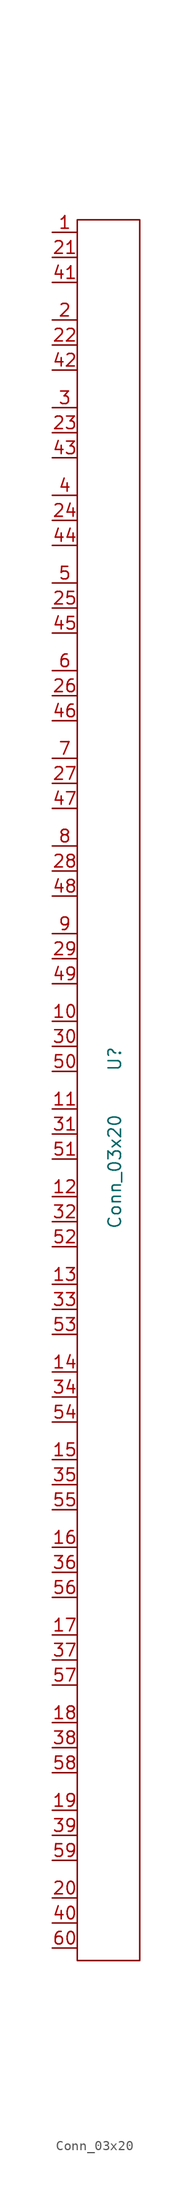
<source format=kicad_sym>
(kicad_symbol_lib
  (version 20211014)
  (generator kicad_symbol_editor)
  (symbol "Conn_03x20"
    (property "Reference" "U"
      (at 2.54 2.54 90)
      (effects (font (size 1.27 1.27))))
    (property "Value" "Conn_03x20"
      (at 2.54 -8.89 90)
      (effects (font (size 1.27 1.27))))
    (symbol "Conn_03x20_0_1"
      (rectangle (start -1.27 87.63) (end 5.08 -88.9) (stroke (width 0.152) (type default) (color 0 0 0 0)) (fill (type none))))
    (symbol "Conn_03x20_1_1"
      (pin passive line (at -3.81 86.36 0) (length 2.54) (name "" (effects (font (size 1.27 1.27)))) (number "1" (effects (font (size 1.27 1.27)))))
      (pin passive line (at -3.81 6.35 0) (length 2.54) (name "" (effects (font (size 1.27 1.27)))) (number "10" (effects (font (size 1.27 1.27)))))
      (pin passive line (at -3.81 -2.54 0) (length 2.54) (name "" (effects (font (size 1.27 1.27)))) (number "11" (effects (font (size 1.27 1.27)))))
      (pin passive line (at -3.81 -11.43 0) (length 2.54) (name "" (effects (font (size 1.27 1.27)))) (number "12" (effects (font (size 1.27 1.27)))))
      (pin passive line (at -3.81 -20.32 0) (length 2.54) (name "" (effects (font (size 1.27 1.27)))) (number "13" (effects (font (size 1.27 1.27)))))
      (pin passive line (at -3.81 -29.21 0) (length 2.54) (name "" (effects (font (size 1.27 1.27)))) (number "14" (effects (font (size 1.27 1.27)))))
      (pin passive line (at -3.81 -38.1 0) (length 2.54) (name "" (effects (font (size 1.27 1.27)))) (number "15" (effects (font (size 1.27 1.27)))))
      (pin passive line (at -3.81 -46.99 0) (length 2.54) (name "" (effects (font (size 1.27 1.27)))) (number "16" (effects (font (size 1.27 1.27)))))
      (pin passive line (at -3.81 -55.88 0) (length 2.54) (name "" (effects (font (size 1.27 1.27)))) (number "17" (effects (font (size 1.27 1.27)))))
      (pin passive line (at -3.81 -64.77 0) (length 2.54) (name "" (effects (font (size 1.27 1.27)))) (number "18" (effects (font (size 1.27 1.27)))))
      (pin passive line (at -3.81 -73.66 0) (length 2.54) (name "" (effects (font (size 1.27 1.27)))) (number "19" (effects (font (size 1.27 1.27)))))
      (pin passive line (at -3.81 77.47 0) (length 2.54) (name "" (effects (font (size 1.27 1.27)))) (number "2" (effects (font (size 1.27 1.27)))))
      (pin passive line (at -3.81 -82.55 0) (length 2.54) (name "" (effects (font (size 1.27 1.27)))) (number "20" (effects (font (size 1.27 1.27)))))
      (pin passive line (at -3.81 83.82 0) (length 2.54) (name "" (effects (font (size 1.27 1.27)))) (number "21" (effects (font (size 1.27 1.27)))))
      (pin passive line (at -3.81 74.93 0) (length 2.54) (name "" (effects (font (size 1.27 1.27)))) (number "22" (effects (font (size 1.27 1.27)))))
      (pin passive line (at -3.81 66.04 0) (length 2.54) (name "" (effects (font (size 1.27 1.27)))) (number "23" (effects (font (size 1.27 1.27)))))
      (pin passive line (at -3.81 57.15 0) (length 2.54) (name "" (effects (font (size 1.27 1.27)))) (number "24" (effects (font (size 1.27 1.27)))))
      (pin passive line (at -3.81 48.26 0) (length 2.54) (name "" (effects (font (size 1.27 1.27)))) (number "25" (effects (font (size 1.27 1.27)))))
      (pin passive line (at -3.81 39.37 0) (length 2.54) (name "" (effects (font (size 1.27 1.27)))) (number "26" (effects (font (size 1.27 1.27)))))
      (pin passive line (at -3.81 30.48 0) (length 2.54) (name "" (effects (font (size 1.27 1.27)))) (number "27" (effects (font (size 1.27 1.27)))))
      (pin passive line (at -3.81 21.59 0) (length 2.54) (name "" (effects (font (size 1.27 1.27)))) (number "28" (effects (font (size 1.27 1.27)))))
      (pin passive line (at -3.81 12.7 0) (length 2.54) (name "" (effects (font (size 1.27 1.27)))) (number "29" (effects (font (size 1.27 1.27)))))
      (pin passive line (at -3.81 68.58 0) (length 2.54) (name "" (effects (font (size 1.27 1.27)))) (number "3" (effects (font (size 1.27 1.27)))))
      (pin passive line (at -3.81 3.81 0) (length 2.54) (name "" (effects (font (size 1.27 1.27)))) (number "30" (effects (font (size 1.27 1.27)))))
      (pin passive line (at -3.81 -5.08 0) (length 2.54) (name "" (effects (font (size 1.27 1.27)))) (number "31" (effects (font (size 1.27 1.27)))))
      (pin passive line (at -3.81 -13.97 0) (length 2.54) (name "" (effects (font (size 1.27 1.27)))) (number "32" (effects (font (size 1.27 1.27)))))
      (pin passive line (at -3.81 -22.86 0) (length 2.54) (name "" (effects (font (size 1.27 1.27)))) (number "33" (effects (font (size 1.27 1.27)))))
      (pin passive line (at -3.81 -31.75 0) (length 2.54) (name "" (effects (font (size 1.27 1.27)))) (number "34" (effects (font (size 1.27 1.27)))))
      (pin passive line (at -3.81 -40.64 0) (length 2.54) (name "" (effects (font (size 1.27 1.27)))) (number "35" (effects (font (size 1.27 1.27)))))
      (pin passive line (at -3.81 -49.53 0) (length 2.54) (name "" (effects (font (size 1.27 1.27)))) (number "36" (effects (font (size 1.27 1.27)))))
      (pin passive line (at -3.81 -58.42 0) (length 2.54) (name "" (effects (font (size 1.27 1.27)))) (number "37" (effects (font (size 1.27 1.27)))))
      (pin passive line (at -3.81 -67.31 0) (length 2.54) (name "" (effects (font (size 1.27 1.27)))) (number "38" (effects (font (size 1.27 1.27)))))
      (pin passive line (at -3.81 -76.2 0) (length 2.54) (name "" (effects (font (size 1.27 1.27)))) (number "39" (effects (font (size 1.27 1.27)))))
      (pin passive line (at -3.81 59.69 0) (length 2.54) (name "" (effects (font (size 1.27 1.27)))) (number "4" (effects (font (size 1.27 1.27)))))
      (pin passive line (at -3.81 -85.09 0) (length 2.54) (name "" (effects (font (size 1.27 1.27)))) (number "40" (effects (font (size 1.27 1.27)))))
      (pin passive line (at -3.81 81.28 0) (length 2.54) (name "" (effects (font (size 1.27 1.27)))) (number "41" (effects (font (size 1.27 1.27)))))
      (pin passive line (at -3.81 72.39 0) (length 2.54) (name "" (effects (font (size 1.27 1.27)))) (number "42" (effects (font (size 1.27 1.27)))))
      (pin passive line (at -3.81 63.5 0) (length 2.54) (name "" (effects (font (size 1.27 1.27)))) (number "43" (effects (font (size 1.27 1.27)))))
      (pin passive line (at -3.81 54.61 0) (length 2.54) (name "" (effects (font (size 1.27 1.27)))) (number "44" (effects (font (size 1.27 1.27)))))
      (pin passive line (at -3.81 45.72 0) (length 2.54) (name "" (effects (font (size 1.27 1.27)))) (number "45" (effects (font (size 1.27 1.27)))))
      (pin passive line (at -3.81 36.83 0) (length 2.54) (name "" (effects (font (size 1.27 1.27)))) (number "46" (effects (font (size 1.27 1.27)))))
      (pin passive line (at -3.81 27.94 0) (length 2.54) (name "" (effects (font (size 1.27 1.27)))) (number "47" (effects (font (size 1.27 1.27)))))
      (pin passive line (at -3.81 19.05 0) (length 2.54) (name "" (effects (font (size 1.27 1.27)))) (number "48" (effects (font (size 1.27 1.27)))))
      (pin passive line (at -3.81 10.16 0) (length 2.54) (name "" (effects (font (size 1.27 1.27)))) (number "49" (effects (font (size 1.27 1.27)))))
      (pin passive line (at -3.81 50.8 0) (length 2.54) (name "" (effects (font (size 1.27 1.27)))) (number "5" (effects (font (size 1.27 1.27)))))
      (pin passive line (at -3.81 1.27 0) (length 2.54) (name "" (effects (font (size 1.27 1.27)))) (number "50" (effects (font (size 1.27 1.27)))))
      (pin passive line (at -3.81 -7.62 0) (length 2.54) (name "" (effects (font (size 1.27 1.27)))) (number "51" (effects (font (size 1.27 1.27)))))
      (pin passive line (at -3.81 -16.51 0) (length 2.54) (name "" (effects (font (size 1.27 1.27)))) (number "52" (effects (font (size 1.27 1.27)))))
      (pin passive line (at -3.81 -25.4 0) (length 2.54) (name "" (effects (font (size 1.27 1.27)))) (number "53" (effects (font (size 1.27 1.27)))))
      (pin passive line (at -3.81 -34.29 0) (length 2.54) (name "" (effects (font (size 1.27 1.27)))) (number "54" (effects (font (size 1.27 1.27)))))
      (pin passive line (at -3.81 -43.18 0) (length 2.54) (name "" (effects (font (size 1.27 1.27)))) (number "55" (effects (font (size 1.27 1.27)))))
      (pin passive line (at -3.81 -52.07 0) (length 2.54) (name "" (effects (font (size 1.27 1.27)))) (number "56" (effects (font (size 1.27 1.27)))))
      (pin passive line (at -3.81 -60.96 0) (length 2.54) (name "" (effects (font (size 1.27 1.27)))) (number "57" (effects (font (size 1.27 1.27)))))
      (pin passive line (at -3.81 -69.85 0) (length 2.54) (name "" (effects (font (size 1.27 1.27)))) (number "58" (effects (font (size 1.27 1.27)))))
      (pin passive line (at -3.81 -78.74 0) (length 2.54) (name "" (effects (font (size 1.27 1.27)))) (number "59" (effects (font (size 1.27 1.27)))))
      (pin passive line (at -3.81 41.91 0) (length 2.54) (name "" (effects (font (size 1.27 1.27)))) (number "6" (effects (font (size 1.27 1.27)))))
      (pin passive line (at -3.81 -87.63 0) (length 2.54) (name "" (effects (font (size 1.27 1.27)))) (number "60" (effects (font (size 1.27 1.27)))))
      (pin passive line (at -3.81 33.02 0) (length 2.54) (name "" (effects (font (size 1.27 1.27)))) (number "7" (effects (font (size 1.27 1.27)))))
      (pin passive line (at -3.81 24.13 0) (length 2.54) (name "" (effects (font (size 1.27 1.27)))) (number "8" (effects (font (size 1.27 1.27)))))
      (pin passive line (at -3.81 15.24 0) (length 2.54) (name "" (effects (font (size 1.27 1.27)))) (number "9" (effects (font (size 1.27 1.27))))))))
</source>
